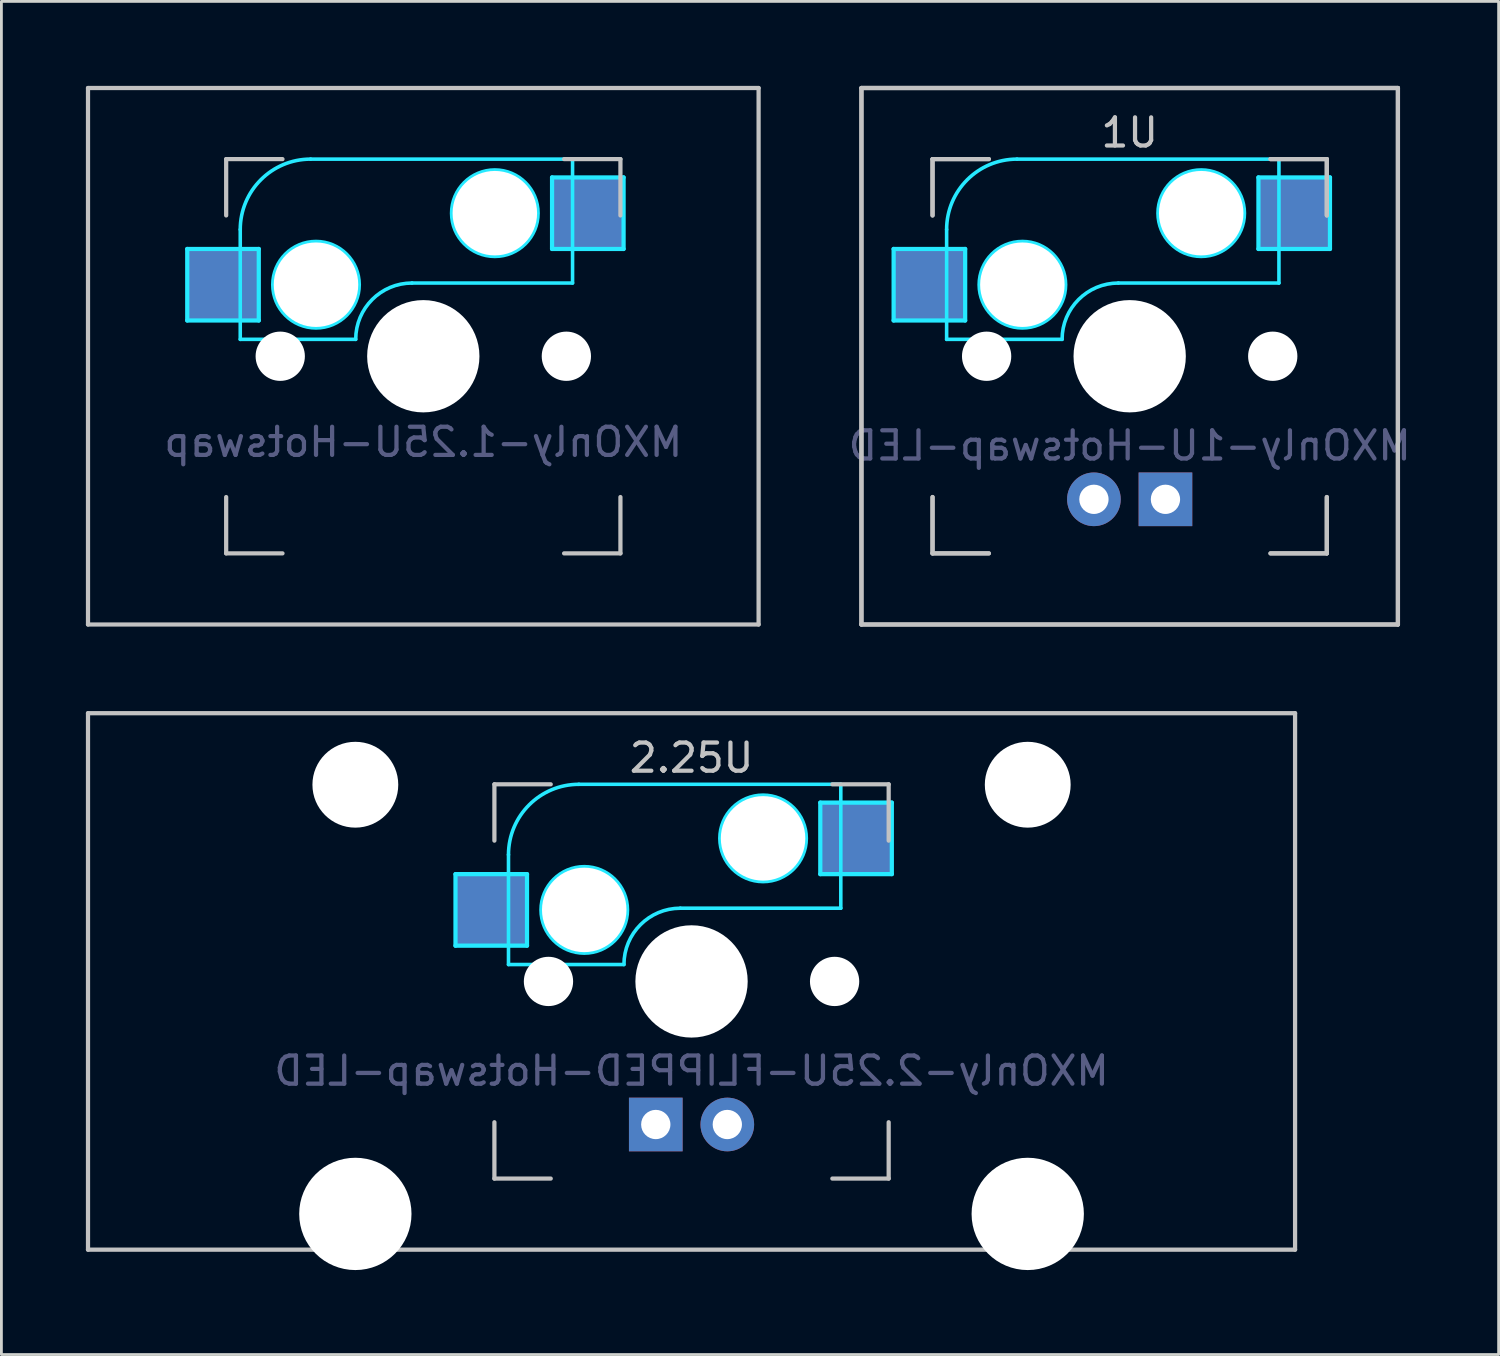
<source format=kicad_pcb>
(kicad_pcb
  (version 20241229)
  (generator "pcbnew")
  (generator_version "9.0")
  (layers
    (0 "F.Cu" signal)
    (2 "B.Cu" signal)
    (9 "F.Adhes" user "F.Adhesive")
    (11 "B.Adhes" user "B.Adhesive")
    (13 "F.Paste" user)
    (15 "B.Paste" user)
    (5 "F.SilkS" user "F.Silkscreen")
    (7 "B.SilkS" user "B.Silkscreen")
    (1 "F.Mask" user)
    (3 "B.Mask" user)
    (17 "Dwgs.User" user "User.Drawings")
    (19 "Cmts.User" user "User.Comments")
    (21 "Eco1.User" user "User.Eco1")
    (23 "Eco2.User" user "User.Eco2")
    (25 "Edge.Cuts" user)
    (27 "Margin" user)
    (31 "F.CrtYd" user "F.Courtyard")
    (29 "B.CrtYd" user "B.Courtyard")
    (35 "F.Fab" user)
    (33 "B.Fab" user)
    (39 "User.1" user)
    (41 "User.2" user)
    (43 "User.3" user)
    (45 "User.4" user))
  (footprint "MXOnly-1U-Hotswap-LED"
    (layer "F.Cu")
    (at 37.064 9.6)
    (property "Reference" "MXOnly-1U-Hotswap-LED" (at 0 3.175 0) (layer "B.Fab") (effects (font (size 1 1) (thickness 0.15)) (justify mirror)))
    (attr through_hole)
    (fp_line (start -9.525 -9.525) (end 9.525 -9.525) (stroke (width 0.15) (type solid)) (layer "Dwgs.User"))
    (fp_line (start -9.525 -9.525) (end 9.525 -9.525) (stroke (width 0.15) (type solid)) (layer "Dwgs.User"))
    (fp_line (start -9.525 9.525) (end -9.525 -9.525) (stroke (width 0.15) (type solid)) (layer "Dwgs.User"))
    (fp_line (start -9.525 9.525) (end -9.525 -9.525) (stroke (width 0.15) (type solid)) (layer "Dwgs.User"))
    (fp_line (start -7 -7) (end -7 -5) (stroke (width 0.15) (type solid)) (layer "Dwgs.User"))
    (fp_line (start -7 -7) (end -7 -5) (stroke (width 0.15) (type solid)) (layer "Dwgs.User"))
    (fp_line (start -7 5) (end -7 7) (stroke (width 0.15) (type solid)) (layer "Dwgs.User"))
    (fp_line (start -7 5) (end -7 7) (stroke (width 0.15) (type solid)) (layer "Dwgs.User"))
    (fp_line (start -7 7) (end -5 7) (stroke (width 0.15) (type solid)) (layer "Dwgs.User"))
    (fp_line (start -7 7) (end -5 7) (stroke (width 0.15) (type solid)) (layer "Dwgs.User"))
    (fp_line (start -5 -7) (end -7 -7) (stroke (width 0.15) (type solid)) (layer "Dwgs.User"))
    (fp_line (start -5 -7) (end -7 -7) (stroke (width 0.15) (type solid)) (layer "Dwgs.User"))
    (fp_line (start 5 -7) (end 7 -7) (stroke (width 0.15) (type solid)) (layer "Dwgs.User"))
    (fp_line (start 5 -7) (end 7 -7) (stroke (width 0.15) (type solid)) (layer "Dwgs.User"))
    (fp_line (start 5 7) (end 7 7) (stroke (width 0.15) (type solid)) (layer "Dwgs.User"))
    (fp_line (start 5 7) (end 7 7) (stroke (width 0.15) (type solid)) (layer "Dwgs.User"))
    (fp_line (start 7 -7) (end 7 -5) (stroke (width 0.15) (type solid)) (layer "Dwgs.User"))
    (fp_line (start 7 -7) (end 7 -5) (stroke (width 0.15) (type solid)) (layer "Dwgs.User"))
    (fp_line (start 7 7) (end 7 5) (stroke (width 0.15) (type solid)) (layer "Dwgs.User"))
    (fp_line (start 7 7) (end 7 5) (stroke (width 0.15) (type solid)) (layer "Dwgs.User"))
    (fp_line (start 9.525 -9.525) (end 9.525 9.525) (stroke (width 0.15) (type solid)) (layer "Dwgs.User"))
    (fp_line (start 9.525 -9.525) (end 9.525 9.525) (stroke (width 0.15) (type solid)) (layer "Dwgs.User"))
    (fp_line (start 9.525 9.525) (end -9.525 9.525) (stroke (width 0.15) (type solid)) (layer "Dwgs.User"))
    (fp_line (start 9.525 9.525) (end -9.525 9.525) (stroke (width 0.15) (type solid)) (layer "Dwgs.User"))
    (fp_line (start -8.382 -3.81) (end -8.382 -1.27) (stroke (width 0.15) (type solid)) (layer "B.CrtYd"))
    (fp_line (start -8.382 -1.27) (end -5.842 -1.27) (stroke (width 0.15) (type solid)) (layer "B.CrtYd"))
    (fp_line (start -6.5 -4.5) (end -6.5 -0.6) (stroke (width 0.127) (type solid)) (layer "B.CrtYd"))
    (fp_line (start -6.5 -0.6) (end -2.4 -0.6) (stroke (width 0.127) (type solid)) (layer "B.CrtYd"))
    (fp_line (start -5.842 -3.81) (end -8.382 -3.81) (stroke (width 0.15) (type solid)) (layer "B.CrtYd"))
    (fp_line (start -5.842 -1.27) (end -5.842 -3.81) (stroke (width 0.15) (type solid)) (layer "B.CrtYd"))
    (fp_line (start -0.4 -2.6) (end 5.3 -2.6) (stroke (width 0.127) (type solid)) (layer "B.CrtYd"))
    (fp_line (start 4.572 -6.35) (end 7.112 -6.35) (stroke (width 0.15) (type solid)) (layer "B.CrtYd"))
    (fp_line (start 4.572 -3.81) (end 4.572 -6.35) (stroke (width 0.15) (type solid)) (layer "B.CrtYd"))
    (fp_line (start 5.3 -7) (end -4 -7) (stroke (width 0.127) (type solid)) (layer "B.CrtYd"))
    (fp_line (start 5.3 -7) (end 5.3 -2.6) (stroke (width 0.127) (type solid)) (layer "B.CrtYd"))
    (fp_line (start 7.112 -6.35) (end 7.112 -3.81) (stroke (width 0.15) (type solid)) (layer "B.CrtYd"))
    (fp_line (start 7.112 -3.81) (end 4.572 -3.81) (stroke (width 0.15) (type solid)) (layer "B.CrtYd"))
    (fp_arc (start -6.5 -4.5) (mid -5.767767 -6.267767) (end -4 -7) (stroke (width 0.127) (type solid)) (layer "B.CrtYd"))
    (fp_arc (start -2.4 -0.6) (mid -1.814214 -2.014214) (end -0.4 -2.6) (stroke (width 0.127) (type solid)) (layer "B.CrtYd"))
    (fp_circle (center -3.81 -2.54) (end -3.81 -4.064) (stroke (width 0.15) (type solid)) (fill no) (layer "B.CrtYd"))
    (fp_circle (center 2.54 -5.08) (end 2.54 -6.604) (stroke (width 0.15) (type solid)) (fill no) (layer "B.CrtYd"))
    (fp_text user "1U" (at 0 -7.938 0) (layer "Dwgs.User") (effects (font (size 1 1) (thickness 0.15))))
    (pad "" np_thru_hole circle (at -5.08 0 48.1) (size 1.75 1.75) (drill 1.75) (layers "*.Cu" "*.Mask"))
    (pad "" np_thru_hole circle (at -3.81 -2.54) (size 3 3) (drill 3) (layers "*.Cu" "*.Mask"))
    (pad "" np_thru_hole circle (at 0 0) (size 3.988 3.988) (drill 3.988) (layers "*.Cu" "*.Mask"))
    (pad "" np_thru_hole circle (at 2.54 -5.08) (size 3 3) (drill 3) (layers "*.Cu" "*.Mask"))
    (pad "" np_thru_hole circle (at 5.08 0 48.1) (size 1.75 1.75) (drill 1.75) (layers "*.Cu" "*.Mask"))
    (pad "1" smd rect (at -7.085 -2.54) (size 2.55 2.5) (layers "B.Cu" "B.Mask" "B.Paste"))
    (pad "2" smd rect (at 5.842 -5.08) (size 2.55 2.5) (layers "B.Cu" "B.Mask" "B.Paste"))
    (pad "3" thru_hole circle (at -1.27 5.08) (size 1.905 1.905) (drill 1.04) (layers "*.Cu" "B.Mask"))
    (pad "4" thru_hole rect (at 1.27 5.08) (size 1.905 1.905) (drill 1.04) (layers "*.Cu" "B.Mask")))
  (footprint "MXOnly-1.25U-Hotswap"
    (layer "F.Cu")
    (at 11.981 9.6)
    (property "Reference" "MXOnly-1.25U-Hotswap" (at 0 3.048 0) (layer "B.Fab") (effects (font (size 1 1) (thickness 0.15)) (justify mirror)))
    (attr smd)
    (fp_line (start -11.906 -9.525) (end 11.906 -9.525) (stroke (width 0.15) (type solid)) (layer "Dwgs.User"))
    (fp_line (start -11.906 9.525) (end -11.906 -9.525) (stroke (width 0.15) (type solid)) (layer "Dwgs.User"))
    (fp_line (start -7 -7) (end -7 -5) (stroke (width 0.15) (type solid)) (layer "Dwgs.User"))
    (fp_line (start -7 5) (end -7 7) (stroke (width 0.15) (type solid)) (layer "Dwgs.User"))
    (fp_line (start -7 7) (end -5 7) (stroke (width 0.15) (type solid)) (layer "Dwgs.User"))
    (fp_line (start -5 -7) (end -7 -7) (stroke (width 0.15) (type solid)) (layer "Dwgs.User"))
    (fp_line (start 5 -7) (end 7 -7) (stroke (width 0.15) (type solid)) (layer "Dwgs.User"))
    (fp_line (start 5 7) (end 7 7) (stroke (width 0.15) (type solid)) (layer "Dwgs.User"))
    (fp_line (start 7 -7) (end 7 -5) (stroke (width 0.15) (type solid)) (layer "Dwgs.User"))
    (fp_line (start 7 7) (end 7 5) (stroke (width 0.15) (type solid)) (layer "Dwgs.User"))
    (fp_line (start 11.906 -9.525) (end 11.906 9.525) (stroke (width 0.15) (type solid)) (layer "Dwgs.User"))
    (fp_line (start 11.906 9.525) (end -11.906 9.525) (stroke (width 0.15) (type solid)) (layer "Dwgs.User"))
    (fp_line (start -8.382 -3.81) (end -5.842 -3.81) (stroke (width 0.15) (type solid)) (layer "B.CrtYd"))
    (fp_line (start -8.382 -1.27) (end -8.382 -3.81) (stroke (width 0.15) (type solid)) (layer "B.CrtYd"))
    (fp_line (start -6.5 -4.5) (end -6.5 -0.6) (stroke (width 0.127) (type solid)) (layer "B.CrtYd"))
    (fp_line (start -6.5 -0.6) (end -2.4 -0.6) (stroke (width 0.127) (type solid)) (layer "B.CrtYd"))
    (fp_line (start -5.842 -3.81) (end -5.842 -1.27) (stroke (width 0.15) (type solid)) (layer "B.CrtYd"))
    (fp_line (start -5.842 -1.27) (end -8.382 -1.27) (stroke (width 0.15) (type solid)) (layer "B.CrtYd"))
    (fp_line (start -0.4 -2.6) (end 5.3 -2.6) (stroke (width 0.127) (type solid)) (layer "B.CrtYd"))
    (fp_line (start 4.572 -6.35) (end 7.112 -6.35) (stroke (width 0.15) (type solid)) (layer "B.CrtYd"))
    (fp_line (start 4.572 -3.81) (end 4.572 -6.35) (stroke (width 0.15) (type solid)) (layer "B.CrtYd"))
    (fp_line (start 5.3 -7) (end -4 -7) (stroke (width 0.127) (type solid)) (layer "B.CrtYd"))
    (fp_line (start 5.3 -7) (end 5.3 -2.6) (stroke (width 0.127) (type solid)) (layer "B.CrtYd"))
    (fp_line (start 7.112 -6.35) (end 7.112 -3.81) (stroke (width 0.15) (type solid)) (layer "B.CrtYd"))
    (fp_line (start 7.112 -3.81) (end 4.572 -3.81) (stroke (width 0.15) (type solid)) (layer "B.CrtYd"))
    (fp_arc (start -6.5 -4.5) (mid -5.767767 -6.267767) (end -4 -7) (stroke (width 0.127) (type solid)) (layer "B.CrtYd"))
    (fp_arc (start -2.4 -0.6) (mid -1.814214 -2.014214) (end -0.4 -2.6) (stroke (width 0.127) (type solid)) (layer "B.CrtYd"))
    (fp_circle (center -3.81 -2.54) (end -3.81 -4.064) (stroke (width 0.15) (type solid)) (fill no) (layer "B.CrtYd"))
    (fp_circle (center 2.54 -5.08) (end 2.54 -6.604) (stroke (width 0.15) (type solid)) (fill no) (layer "B.CrtYd"))
    (pad "" np_thru_hole circle (at -5.08 0 48.1) (size 1.75 1.75) (drill 1.75) (layers "*.Cu" "*.Mask"))
    (pad "" np_thru_hole circle (at -3.81 -2.54) (size 3 3) (drill 3) (layers "*.Cu" "*.Mask"))
    (pad "" np_thru_hole circle (at 0 0) (size 3.988 3.988) (drill 3.988) (layers "*.Cu" "*.Mask"))
    (pad "" np_thru_hole circle (at 2.54 -5.08) (size 3 3) (drill 3) (layers "*.Cu" "*.Mask"))
    (pad "" np_thru_hole circle (at 5.08 0 48.1) (size 1.75 1.75) (drill 1.75) (layers "*.Cu" "*.Mask"))
    (pad "1" smd rect (at -7.085 -2.54) (size 2.55 2.5) (layers "B.Cu" "B.Mask" "B.Paste"))
    (pad "2" smd rect (at 5.842 -5.08) (size 2.55 2.5) (layers "B.Cu" "B.Mask" "B.Paste")))
  (footprint "MXOnly-2.25U-FLIPPED-Hotswap-LED"
    (layer "F.Cu")
    (at 21.506 31.8)
    (property "Reference" "MXOnly-2.25U-FLIPPED-Hotswap-LED" (at 0 3.175 0) (layer "B.Fab") (effects (font (size 1 1) (thickness 0.15)) (justify mirror)))
    (attr through_hole)
    (fp_line (start -21.431 -9.525) (end 21.431 -9.525) (stroke (width 0.15) (type solid)) (layer "Dwgs.User"))
    (fp_line (start -21.431 9.525) (end -21.431 -9.525) (stroke (width 0.15) (type solid)) (layer "Dwgs.User"))
    (fp_line (start -7 -7) (end -7 -5) (stroke (width 0.15) (type solid)) (layer "Dwgs.User"))
    (fp_line (start -7 5) (end -7 7) (stroke (width 0.15) (type solid)) (layer "Dwgs.User"))
    (fp_line (start -7 7) (end -5 7) (stroke (width 0.15) (type solid)) (layer "Dwgs.User"))
    (fp_line (start -5 -7) (end -7 -7) (stroke (width 0.15) (type solid)) (layer "Dwgs.User"))
    (fp_line (start 5 -7) (end 7 -7) (stroke (width 0.15) (type solid)) (layer "Dwgs.User"))
    (fp_line (start 5 7) (end 7 7) (stroke (width 0.15) (type solid)) (layer "Dwgs.User"))
    (fp_line (start 7 -7) (end 7 -5) (stroke (width 0.15) (type solid)) (layer "Dwgs.User"))
    (fp_line (start 7 7) (end 7 5) (stroke (width 0.15) (type solid)) (layer "Dwgs.User"))
    (fp_line (start 21.431 -9.525) (end 21.431 9.525) (stroke (width 0.15) (type solid)) (layer "Dwgs.User"))
    (fp_line (start 21.431 9.525) (end -21.431 9.525) (stroke (width 0.15) (type solid)) (layer "Dwgs.User"))
    (fp_line (start -8.382 -3.81) (end -5.842 -3.81) (stroke (width 0.15) (type solid)) (layer "B.CrtYd"))
    (fp_line (start -8.382 -1.27) (end -8.382 -3.81) (stroke (width 0.15) (type solid)) (layer "B.CrtYd"))
    (fp_line (start -6.5 -4.5) (end -6.5 -0.6) (stroke (width 0.127) (type solid)) (layer "B.CrtYd"))
    (fp_line (start -6.5 -0.6) (end -2.4 -0.6) (stroke (width 0.127) (type solid)) (layer "B.CrtYd"))
    (fp_line (start -5.842 -3.81) (end -5.842 -1.27) (stroke (width 0.15) (type solid)) (layer "B.CrtYd"))
    (fp_line (start -5.842 -1.27) (end -8.382 -1.27) (stroke (width 0.15) (type solid)) (layer "B.CrtYd"))
    (fp_line (start -0.4 -2.6) (end 5.3 -2.6) (stroke (width 0.127) (type solid)) (layer "B.CrtYd"))
    (fp_line (start 4.572 -6.35) (end 7.112 -6.35) (stroke (width 0.15) (type solid)) (layer "B.CrtYd"))
    (fp_line (start 4.572 -3.81) (end 4.572 -6.35) (stroke (width 0.15) (type solid)) (layer "B.CrtYd"))
    (fp_line (start 5.3 -7) (end -4 -7) (stroke (width 0.127) (type solid)) (layer "B.CrtYd"))
    (fp_line (start 5.3 -7) (end 5.3 -2.6) (stroke (width 0.127) (type solid)) (layer "B.CrtYd"))
    (fp_line (start 7.112 -6.35) (end 7.112 -3.81) (stroke (width 0.15) (type solid)) (layer "B.CrtYd"))
    (fp_line (start 7.112 -3.81) (end 4.572 -3.81) (stroke (width 0.15) (type solid)) (layer "B.CrtYd"))
    (fp_arc (start -6.5 -4.5) (mid -5.767767 -6.267767) (end -4 -7) (stroke (width 0.127) (type solid)) (layer "B.CrtYd"))
    (fp_arc (start -2.4 -0.6) (mid -1.814214 -2.014214) (end -0.4 -2.6) (stroke (width 0.127) (type solid)) (layer "B.CrtYd"))
    (fp_circle (center -3.81 -2.54) (end -3.81 -4.064) (stroke (width 0.15) (type solid)) (fill no) (layer "B.CrtYd"))
    (fp_circle (center 2.54 -5.08) (end 2.54 -6.604) (stroke (width 0.15) (type solid)) (fill no) (layer "B.CrtYd"))
    (fp_text user "2.25U" (at 0 -7.938 0) (layer "Dwgs.User") (effects (font (size 1 1) (thickness 0.15))))
    (pad "" np_thru_hole circle (at -11.938 -6.985) (size 3.048 3.048) (drill 3.048) (layers "*.Cu" "*.Mask"))
    (pad "" np_thru_hole circle (at -11.938 8.255) (size 3.988 3.988) (drill 3.988) (layers "*.Cu" "*.Mask"))
    (pad "" np_thru_hole circle (at -5.08 0 48.1) (size 1.75 1.75) (drill 1.75) (layers "*.Cu" "*.Mask"))
    (pad "" np_thru_hole circle (at -3.81 -2.54) (size 3 3) (drill 3) (layers "*.Cu" "*.Mask"))
    (pad "" np_thru_hole circle (at 0 0) (size 3.988 3.988) (drill 3.988) (layers "*.Cu" "*.Mask"))
    (pad "" np_thru_hole circle (at 2.54 -5.08) (size 3 3) (drill 3) (layers "*.Cu" "*.Mask"))
    (pad "" np_thru_hole circle (at 5.08 0 48.1) (size 1.75 1.75) (drill 1.75) (layers "*.Cu" "*.Mask"))
    (pad "" np_thru_hole circle (at 11.938 -6.985) (size 3.048 3.048) (drill 3.048) (layers "*.Cu" "*.Mask"))
    (pad "" np_thru_hole circle (at 11.938 8.255) (size 3.988 3.988) (drill 3.988) (layers "*.Cu" "*.Mask"))
    (pad "1" smd rect (at -7.085 -2.54) (size 2.55 2.5) (layers "B.Cu" "B.Mask" "B.Paste"))
    (pad "2" smd rect (at 5.842 -5.08) (size 2.55 2.5) (layers "B.Cu" "B.Mask" "B.Paste"))
    (pad "3" thru_hole circle (at 1.27 5.08) (size 1.905 1.905) (drill 1.04) (layers "*.Cu" "B.Mask"))
    (pad "4" thru_hole rect (at -1.27 5.08) (size 1.905 1.905) (drill 1.04) (layers "*.Cu" "B.Mask")))
  (gr_rect
    (start -3 -3)
    (end 50.165 45.049)
    (stroke (width 0.1) (type default))
    (fill no)
    (layer "Edge.Cuts")))
</source>
